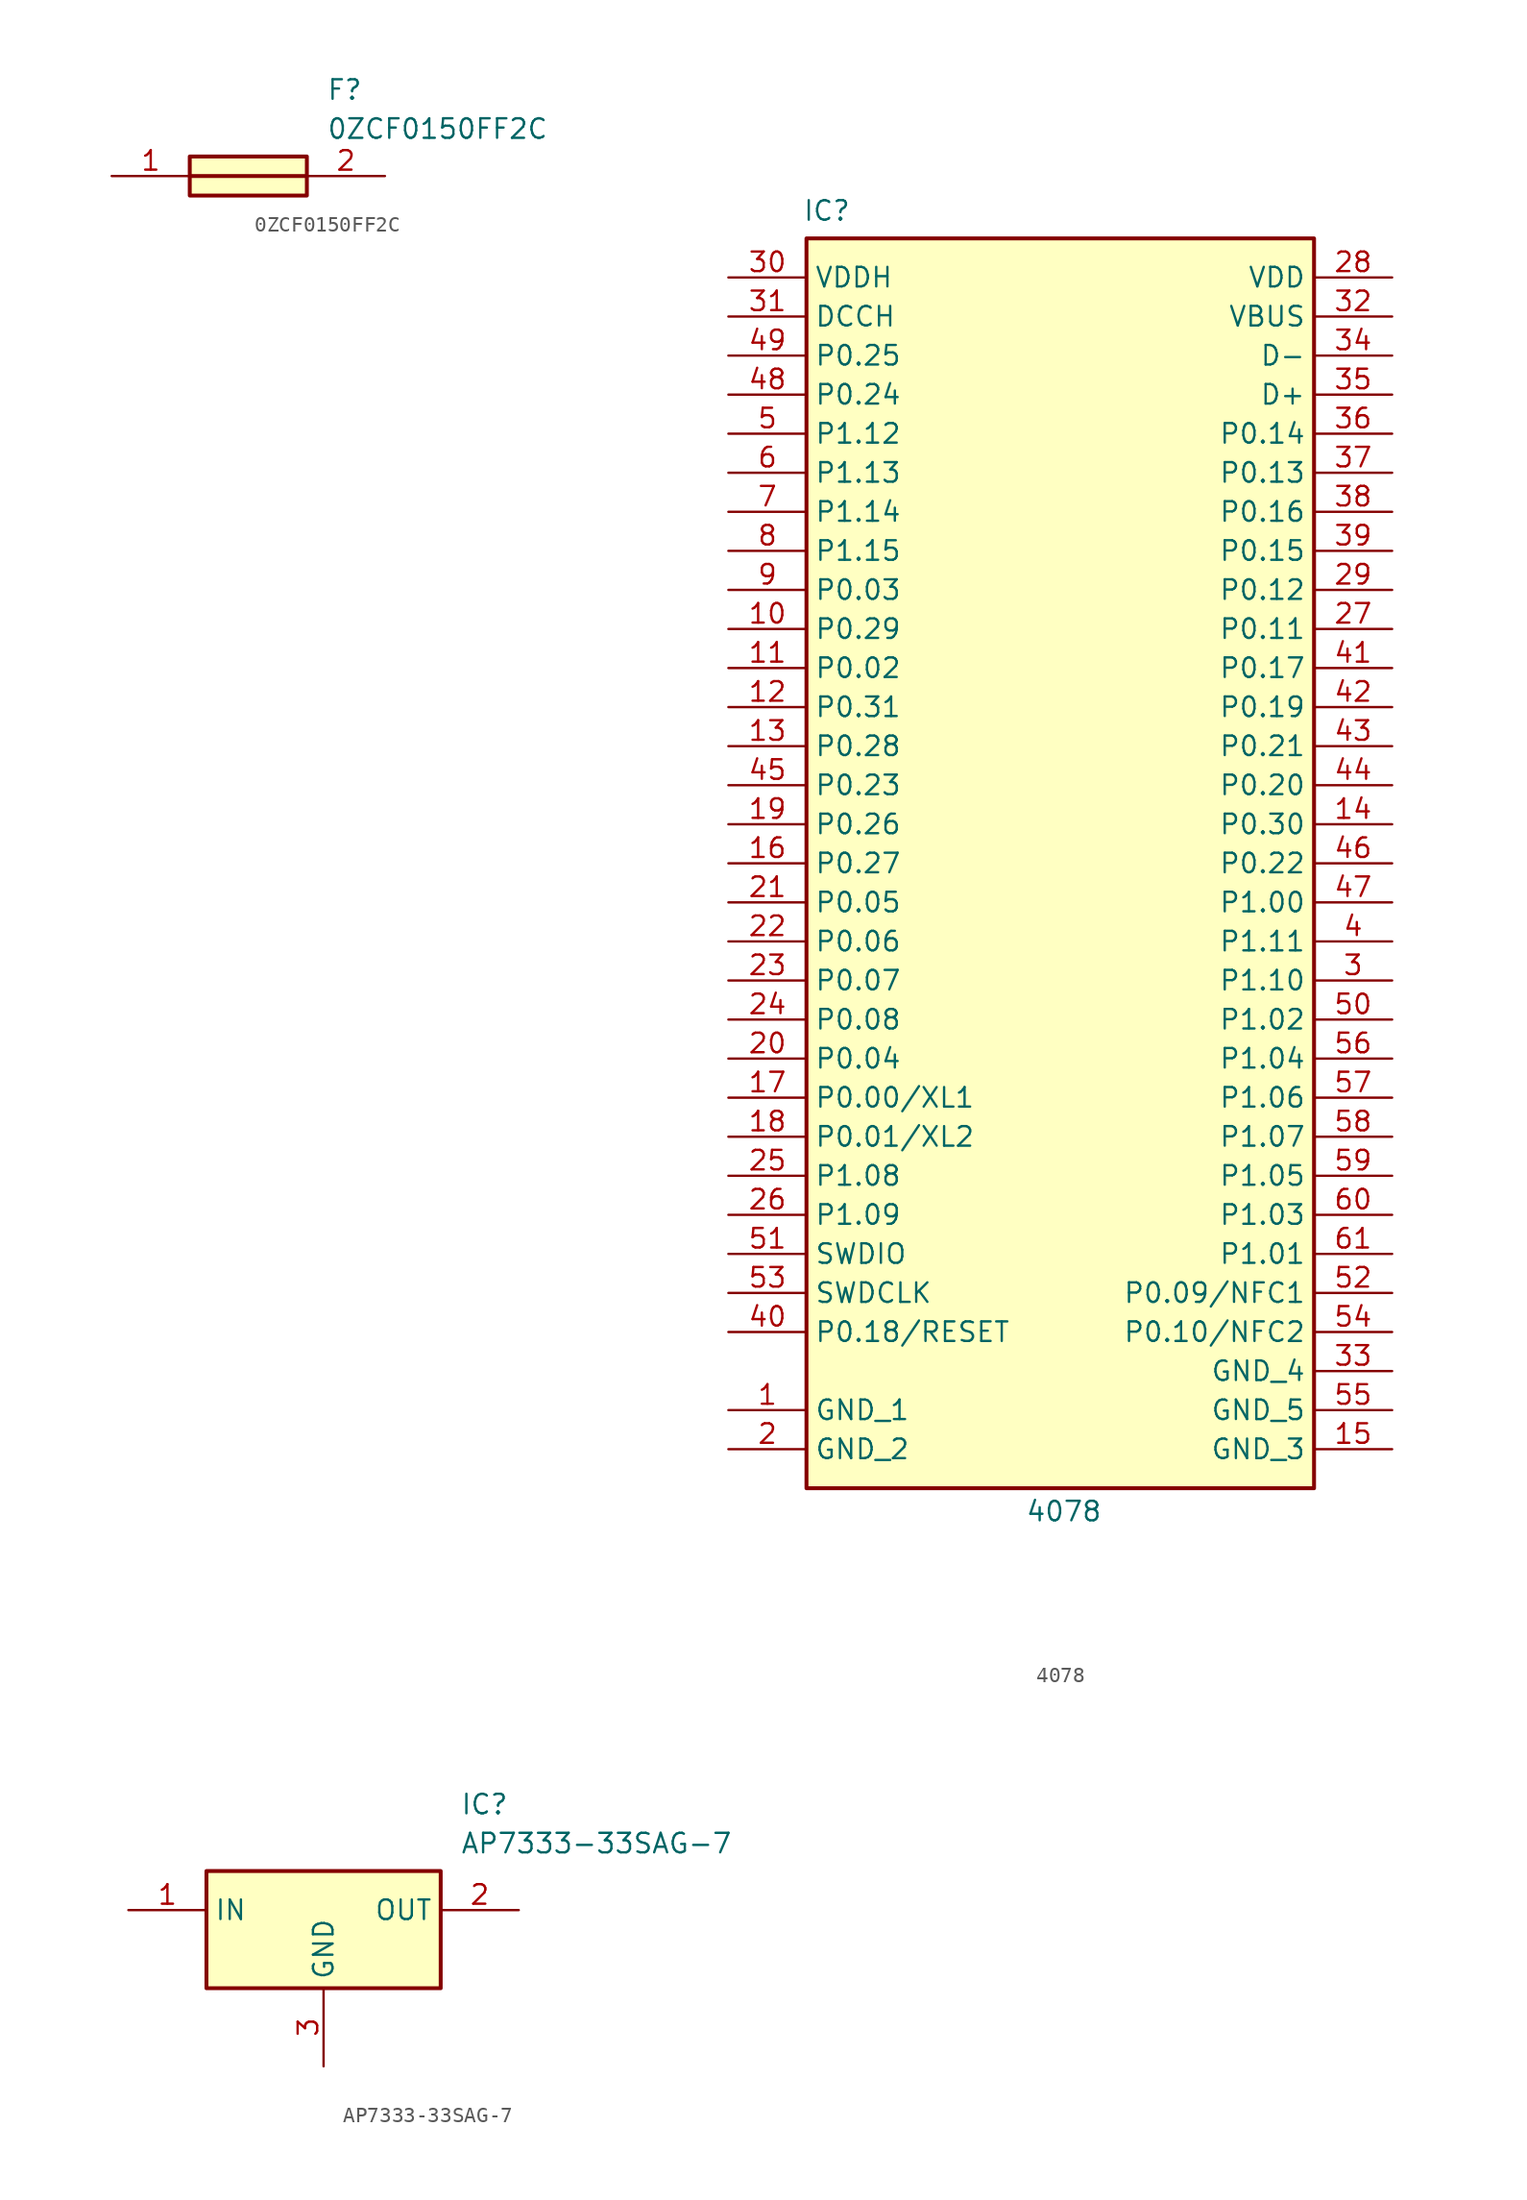
<source format=kicad_sym>
(kicad_symbol_lib
  (version 20241209)
  (generator "kicad_symbol_editor")
  (generator_version "9.0")
  (symbol "0ZCF0150FF2C"
    (pin_names
      (hide yes))
    (property "Reference" "F"
      (at 13.97 6.35 0)
      (effects (font (size 1.27 1.27)) (justify left top)))
    (property "Value" "0ZCF0150FF2C"
      (at 13.97 3.81 0)
      (effects (font (size 1.27 1.27)) (justify left top)))
    (symbol "0ZCF0150FF2C_1_1"
      (rectangle (start 5.08 1.27) (end 12.7 -1.27) (stroke (width 0.254) (type default)) (fill (type background)))
      (polyline (pts (xy 5.08 0) (xy 12.7 0)) (stroke (width 0.254) (type default)) (fill (type none)))
      (pin passive line (at 0 0 0) (length 5.08) (name "1" (effects (font (size 1.27 1.27)))) (number "1" (effects (font (size 1.27 1.27)))))
      (pin passive line (at 17.78 0 180) (length 5.08) (name "2" (effects (font (size 1.27 1.27)))) (number "2" (effects (font (size 1.27 1.27)))))))
  (symbol "4078"
    (property "Reference" "IC"
      (at 4.826 5.08 0)
      (effects (font (size 1.27 1.27)) (justify left top)))
    (property "Value" "4078"
      (at 19.304 -79.502 0)
      (effects (font (size 1.27 1.27)) (justify left top)))
    (symbol "4078_1_1"
      (rectangle (start 5.08 2.54) (end 38.1 -78.74) (stroke (width 0.254) (type default)) (fill (type background)))
      (pin passive line (at 0 0 0) (length 5.08) (name "VDDH" (effects (font (size 1.27 1.27)))) (number "30" (effects (font (size 1.27 1.27)))))
      (pin passive line (at 0 -2.54 0) (length 5.08) (name "DCCH" (effects (font (size 1.27 1.27)))) (number "31" (effects (font (size 1.27 1.27)))))
      (pin passive line (at 0 -5.08 0) (length 5.08) (name "P0.25" (effects (font (size 1.27 1.27)))) (number "49" (effects (font (size 1.27 1.27)))))
      (pin passive line (at 0 -7.62 0) (length 5.08) (name "P0.24" (effects (font (size 1.27 1.27)))) (number "48" (effects (font (size 1.27 1.27)))))
      (pin passive line (at 0 -10.16 0) (length 5.08) (name "P1.12" (effects (font (size 1.27 1.27)))) (number "5" (effects (font (size 1.27 1.27)))))
      (pin passive line (at 0 -12.7 0) (length 5.08) (name "P1.13" (effects (font (size 1.27 1.27)))) (number "6" (effects (font (size 1.27 1.27)))))
      (pin passive line (at 0 -15.24 0) (length 5.08) (name "P1.14" (effects (font (size 1.27 1.27)))) (number "7" (effects (font (size 1.27 1.27)))))
      (pin passive line (at 0 -17.78 0) (length 5.08) (name "P1.15" (effects (font (size 1.27 1.27)))) (number "8" (effects (font (size 1.27 1.27)))))
      (pin passive line (at 0 -20.32 0) (length 5.08) (name "P0.03" (effects (font (size 1.27 1.27)))) (number "9" (effects (font (size 1.27 1.27)))))
      (pin passive line (at 0 -22.86 0) (length 5.08) (name "P0.29" (effects (font (size 1.27 1.27)))) (number "10" (effects (font (size 1.27 1.27)))))
      (pin passive line (at 0 -25.4 0) (length 5.08) (name "P0.02" (effects (font (size 1.27 1.27)))) (number "11" (effects (font (size 1.27 1.27)))))
      (pin passive line (at 0 -27.94 0) (length 5.08) (name "P0.31" (effects (font (size 1.27 1.27)))) (number "12" (effects (font (size 1.27 1.27)))))
      (pin passive line (at 0 -30.48 0) (length 5.08) (name "P0.28" (effects (font (size 1.27 1.27)))) (number "13" (effects (font (size 1.27 1.27)))))
      (pin passive line (at 0 -33.02 0) (length 5.08) (name "P0.23" (effects (font (size 1.27 1.27)))) (number "45" (effects (font (size 1.27 1.27)))))
      (pin passive line (at 0 -35.56 0) (length 5.08) (name "P0.26" (effects (font (size 1.27 1.27)))) (number "19" (effects (font (size 1.27 1.27)))))
      (pin passive line (at 0 -38.1 0) (length 5.08) (name "P0.27" (effects (font (size 1.27 1.27)))) (number "16" (effects (font (size 1.27 1.27)))))
      (pin passive line (at 0 -40.64 0) (length 5.08) (name "P0.05" (effects (font (size 1.27 1.27)))) (number "21" (effects (font (size 1.27 1.27)))))
      (pin passive line (at 0 -43.18 0) (length 5.08) (name "P0.06" (effects (font (size 1.27 1.27)))) (number "22" (effects (font (size 1.27 1.27)))))
      (pin passive line (at 0 -45.72 0) (length 5.08) (name "P0.07" (effects (font (size 1.27 1.27)))) (number "23" (effects (font (size 1.27 1.27)))))
      (pin passive line (at 0 -48.26 0) (length 5.08) (name "P0.08" (effects (font (size 1.27 1.27)))) (number "24" (effects (font (size 1.27 1.27)))))
      (pin passive line (at 0 -50.8 0) (length 5.08) (name "P0.04" (effects (font (size 1.27 1.27)))) (number "20" (effects (font (size 1.27 1.27)))))
      (pin passive line (at 0 -53.34 0) (length 5.08) (name "P0.00/XL1" (effects (font (size 1.27 1.27)))) (number "17" (effects (font (size 1.27 1.27)))))
      (pin passive line (at 0 -55.88 0) (length 5.08) (name "P0.01/XL2" (effects (font (size 1.27 1.27)))) (number "18" (effects (font (size 1.27 1.27)))))
      (pin passive line (at 0 -58.42 0) (length 5.08) (name "P1.08" (effects (font (size 1.27 1.27)))) (number "25" (effects (font (size 1.27 1.27)))))
      (pin passive line (at 0 -60.96 0) (length 5.08) (name "P1.09" (effects (font (size 1.27 1.27)))) (number "26" (effects (font (size 1.27 1.27)))))
      (pin passive line (at 0 -63.5 0) (length 5.08) (name "SWDIO" (effects (font (size 1.27 1.27)))) (number "51" (effects (font (size 1.27 1.27)))))
      (pin passive line (at 0 -66.04 0) (length 5.08) (name "SWDCLK" (effects (font (size 1.27 1.27)))) (number "53" (effects (font (size 1.27 1.27)))))
      (pin passive line (at 0 -68.58 0) (length 5.08) (name "P0.18/RESET" (effects (font (size 1.27 1.27)))) (number "40" (effects (font (size 1.27 1.27)))))
      (pin passive line (at 0 -73.66 0) (length 5.08) (name "GND_1" (effects (font (size 1.27 1.27)))) (number "1" (effects (font (size 1.27 1.27)))))
      (pin passive line (at 0 -76.2 0) (length 5.08) (name "GND_2" (effects (font (size 1.27 1.27)))) (number "2" (effects (font (size 1.27 1.27)))))
      (pin passive line (at 43.18 0 180) (length 5.08) (name "VDD" (effects (font (size 1.27 1.27)))) (number "28" (effects (font (size 1.27 1.27)))))
      (pin passive line (at 43.18 -2.54 180) (length 5.08) (name "VBUS" (effects (font (size 1.27 1.27)))) (number "32" (effects (font (size 1.27 1.27)))))
      (pin passive line (at 43.18 -5.08 180) (length 5.08) (name "D-" (effects (font (size 1.27 1.27)))) (number "34" (effects (font (size 1.27 1.27)))))
      (pin passive line (at 43.18 -7.62 180) (length 5.08) (name "D+" (effects (font (size 1.27 1.27)))) (number "35" (effects (font (size 1.27 1.27)))))
      (pin passive line (at 43.18 -10.16 180) (length 5.08) (name "P0.14" (effects (font (size 1.27 1.27)))) (number "36" (effects (font (size 1.27 1.27)))))
      (pin passive line (at 43.18 -12.7 180) (length 5.08) (name "P0.13" (effects (font (size 1.27 1.27)))) (number "37" (effects (font (size 1.27 1.27)))))
      (pin passive line (at 43.18 -15.24 180) (length 5.08) (name "P0.16" (effects (font (size 1.27 1.27)))) (number "38" (effects (font (size 1.27 1.27)))))
      (pin passive line (at 43.18 -17.78 180) (length 5.08) (name "P0.15" (effects (font (size 1.27 1.27)))) (number "39" (effects (font (size 1.27 1.27)))))
      (pin passive line (at 43.18 -20.32 180) (length 5.08) (name "P0.12" (effects (font (size 1.27 1.27)))) (number "29" (effects (font (size 1.27 1.27)))))
      (pin passive line (at 43.18 -22.86 180) (length 5.08) (name "P0.11" (effects (font (size 1.27 1.27)))) (number "27" (effects (font (size 1.27 1.27)))))
      (pin passive line (at 43.18 -25.4 180) (length 5.08) (name "P0.17" (effects (font (size 1.27 1.27)))) (number "41" (effects (font (size 1.27 1.27)))))
      (pin passive line (at 43.18 -27.94 180) (length 5.08) (name "P0.19" (effects (font (size 1.27 1.27)))) (number "42" (effects (font (size 1.27 1.27)))))
      (pin passive line (at 43.18 -30.48 180) (length 5.08) (name "P0.21" (effects (font (size 1.27 1.27)))) (number "43" (effects (font (size 1.27 1.27)))))
      (pin passive line (at 43.18 -33.02 180) (length 5.08) (name "P0.20" (effects (font (size 1.27 1.27)))) (number "44" (effects (font (size 1.27 1.27)))))
      (pin passive line (at 43.18 -35.56 180) (length 5.08) (name "P0.30" (effects (font (size 1.27 1.27)))) (number "14" (effects (font (size 1.27 1.27)))))
      (pin passive line (at 43.18 -38.1 180) (length 5.08) (name "P0.22" (effects (font (size 1.27 1.27)))) (number "46" (effects (font (size 1.27 1.27)))))
      (pin passive line (at 43.18 -40.64 180) (length 5.08) (name "P1.00" (effects (font (size 1.27 1.27)))) (number "47" (effects (font (size 1.27 1.27)))))
      (pin passive line (at 43.18 -43.18 180) (length 5.08) (name "P1.11" (effects (font (size 1.27 1.27)))) (number "4" (effects (font (size 1.27 1.27)))))
      (pin passive line (at 43.18 -45.72 180) (length 5.08) (name "P1.10" (effects (font (size 1.27 1.27)))) (number "3" (effects (font (size 1.27 1.27)))))
      (pin passive line (at 43.18 -48.26 180) (length 5.08) (name "P1.02" (effects (font (size 1.27 1.27)))) (number "50" (effects (font (size 1.27 1.27)))))
      (pin passive line (at 43.18 -50.8 180) (length 5.08) (name "P1.04" (effects (font (size 1.27 1.27)))) (number "56" (effects (font (size 1.27 1.27)))))
      (pin passive line (at 43.18 -53.34 180) (length 5.08) (name "P1.06" (effects (font (size 1.27 1.27)))) (number "57" (effects (font (size 1.27 1.27)))))
      (pin passive line (at 43.18 -55.88 180) (length 5.08) (name "P1.07" (effects (font (size 1.27 1.27)))) (number "58" (effects (font (size 1.27 1.27)))))
      (pin passive line (at 43.18 -58.42 180) (length 5.08) (name "P1.05" (effects (font (size 1.27 1.27)))) (number "59" (effects (font (size 1.27 1.27)))))
      (pin passive line (at 43.18 -60.96 180) (length 5.08) (name "P1.03" (effects (font (size 1.27 1.27)))) (number "60" (effects (font (size 1.27 1.27)))))
      (pin passive line (at 43.18 -63.5 180) (length 5.08) (name "P1.01" (effects (font (size 1.27 1.27)))) (number "61" (effects (font (size 1.27 1.27)))))
      (pin passive line (at 43.18 -66.04 180) (length 5.08) (name "P0.09/NFC1" (effects (font (size 1.27 1.27)))) (number "52" (effects (font (size 1.27 1.27)))))
      (pin passive line (at 43.18 -68.58 180) (length 5.08) (name "P0.10/NFC2" (effects (font (size 1.27 1.27)))) (number "54" (effects (font (size 1.27 1.27)))))
      (pin passive line (at 43.18 -71.12 180) (length 5.08) (name "GND_4" (effects (font (size 1.27 1.27)))) (number "33" (effects (font (size 1.27 1.27)))))
      (pin passive line (at 43.18 -73.66 180) (length 5.08) (name "GND_5" (effects (font (size 1.27 1.27)))) (number "55" (effects (font (size 1.27 1.27)))))
      (pin passive line (at 43.18 -76.2 180) (length 5.08) (name "GND_3" (effects (font (size 1.27 1.27)))) (number "15" (effects (font (size 1.27 1.27)))))))
  (symbol "AP7333-33SAG-7"
    (property "Reference" "IC"
      (at 21.59 7.62 0)
      (effects (font (size 1.27 1.27)) (justify left top)))
    (property "Value" "AP7333-33SAG-7"
      (at 21.59 5.08 0)
      (effects (font (size 1.27 1.27)) (justify left top)))
    (symbol "AP7333-33SAG-7_1_1"
      (rectangle (start 5.08 2.54) (end 20.32 -5.08) (stroke (width 0.254) (type default)) (fill (type background)))
      (pin passive line (at 0 0 0) (length 5.08) (name "IN" (effects (font (size 1.27 1.27)))) (number "1" (effects (font (size 1.27 1.27)))))
      (pin passive line (at 12.7 -10.16 90) (length 5.08) (name "GND" (effects (font (size 1.27 1.27)))) (number "3" (effects (font (size 1.27 1.27)))))
      (pin passive line (at 25.4 0 180) (length 5.08) (name "OUT" (effects (font (size 1.27 1.27)))) (number "2" (effects (font (size 1.27 1.27))))))))
</source>
